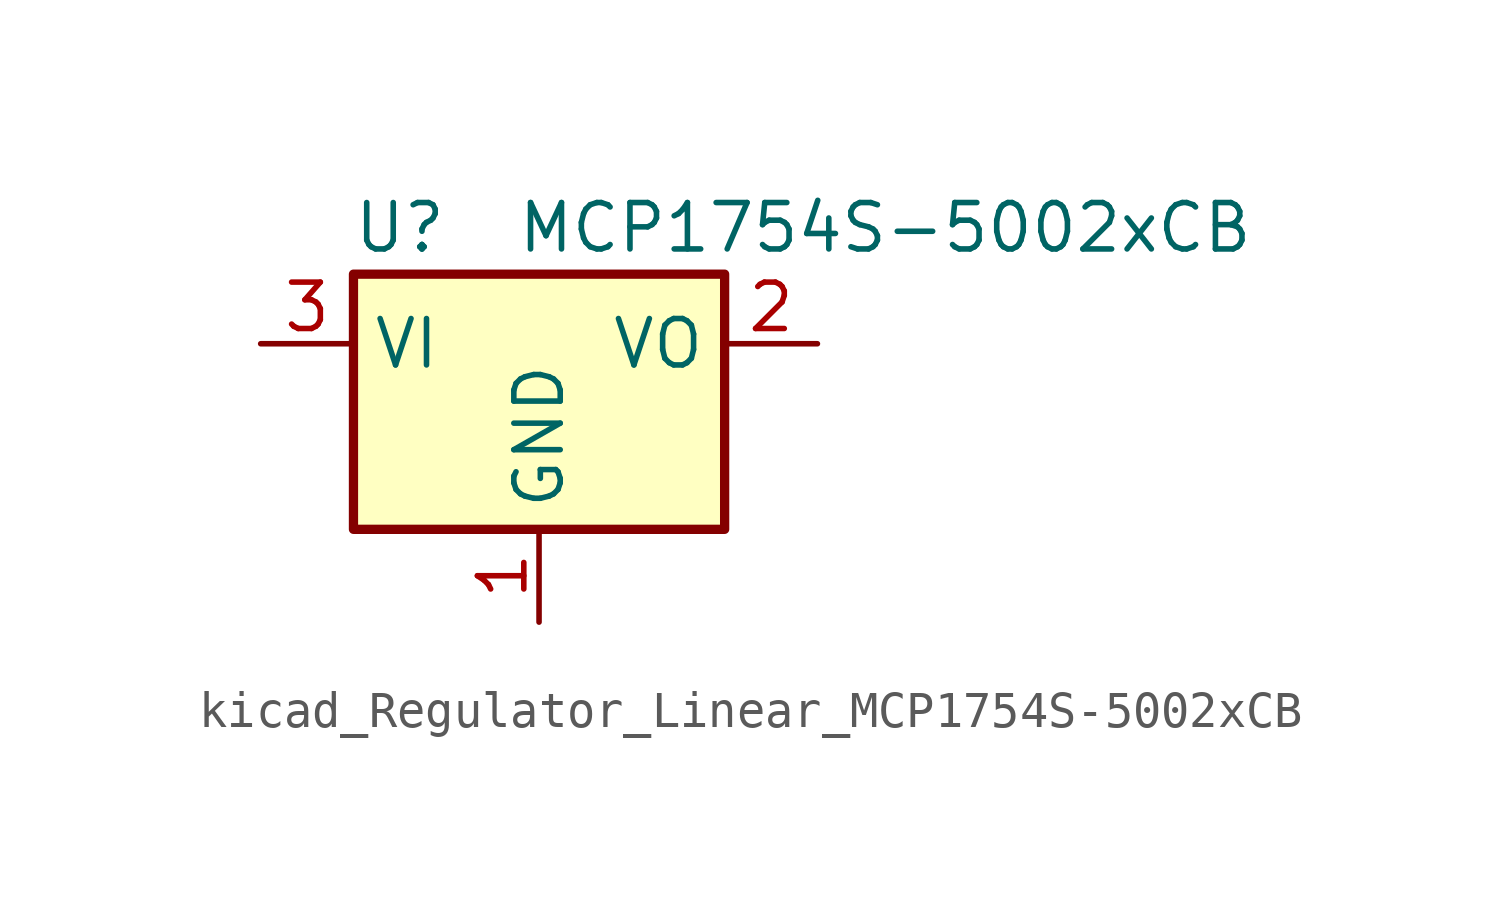
<source format=kicad_sym>
(kicad_symbol_lib
  (version 20220914)
  (generator kicad_symbol_editor)
  (symbol "kicad_Regulator_Linear_MCP1754S-5002xCB"
    (property "Reference" "U"
      (at -3.81 3.175 0)
      (effects (font (size 1.27 1.27))))
    (property "Value" "MCP1754S-5002xCB"
      (at -0.635 3.175 0)
      (effects (font (size 1.27 1.27)) (justify left)))
    (symbol "kicad_Regulator_Linear_MCP1754S-5002xCB_0_1"
      (rectangle (start -5.08 -5.08) (end 5.08 1.905) (stroke (width 0.254) (type default)) (fill (type background))))
    (symbol "kicad_Regulator_Linear_MCP1754S-5002xCB_1_1"
      (pin power_in line (at 0 -7.62 90) (length 2.54) (name "GND" (effects (font (size 1.27 1.27)))) (number "1" (effects (font (size 1.27 1.27)))))
      (pin power_out line (at 7.62 0 180) (length 2.54) (name "VO" (effects (font (size 1.27 1.27)))) (number "2" (effects (font (size 1.27 1.27)))))
      (pin power_in line (at -7.62 0 0) (length 2.54) (name "VI" (effects (font (size 1.27 1.27)))) (number "3" (effects (font (size 1.27 1.27))))))))
</source>
